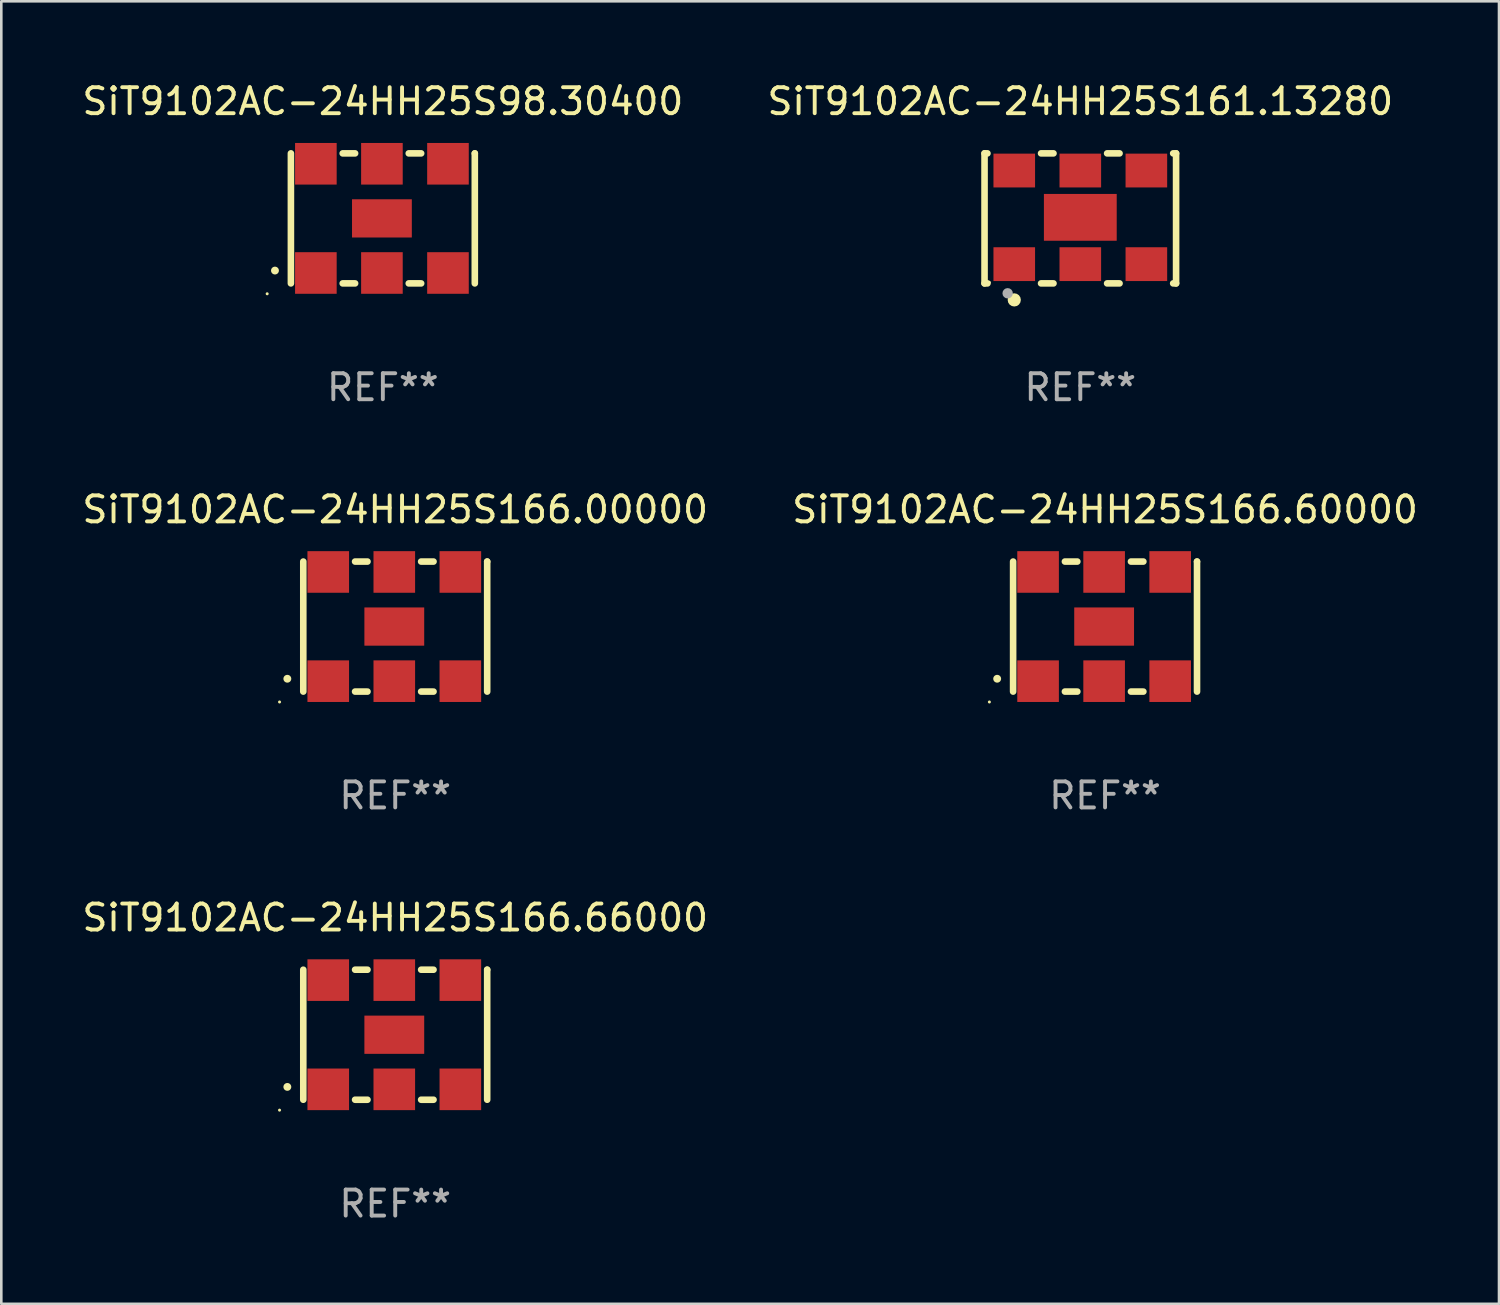
<source format=kicad_pcb>
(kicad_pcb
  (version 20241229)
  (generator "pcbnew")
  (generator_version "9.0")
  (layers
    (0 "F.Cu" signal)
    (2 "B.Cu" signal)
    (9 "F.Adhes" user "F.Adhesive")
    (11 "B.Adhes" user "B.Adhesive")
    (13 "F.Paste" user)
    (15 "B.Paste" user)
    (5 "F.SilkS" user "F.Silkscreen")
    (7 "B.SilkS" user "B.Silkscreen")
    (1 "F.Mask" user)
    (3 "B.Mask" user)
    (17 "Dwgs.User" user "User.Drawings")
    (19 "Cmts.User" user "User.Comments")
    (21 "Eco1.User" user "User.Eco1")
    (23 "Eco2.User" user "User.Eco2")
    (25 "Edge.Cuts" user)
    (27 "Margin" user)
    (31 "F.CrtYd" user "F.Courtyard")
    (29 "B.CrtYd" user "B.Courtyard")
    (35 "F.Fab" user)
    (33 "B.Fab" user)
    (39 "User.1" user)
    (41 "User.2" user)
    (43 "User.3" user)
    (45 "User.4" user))
  (footprint "SiT9102AC-24HH25S98.30400"
    (layer "F.Cu")
    (at 11.673 5.348)
    (property "Reference" "SiT9102AC-24HH25S98.30400" (at 0 -4.5 0) (layer "F.SilkS") (effects (font (size 1 1) (thickness 0.15))))
    (attr through_hole)
    (fp_line (start -3.536 -2.5) (end -3.536 2.5) (stroke (width 0.254) (type solid)) (layer "F.SilkS"))
    (fp_line (start -1.544 2.5) (end -1.067 2.5) (stroke (width 0.254) (type solid)) (layer "F.SilkS"))
    (fp_line (start -1.067 -2.5) (end -1.544 -2.5) (stroke (width 0.254) (type solid)) (layer "F.SilkS"))
    (fp_line (start 0.996 2.5) (end 1.473 2.5) (stroke (width 0.254) (type solid)) (layer "F.SilkS"))
    (fp_line (start 1.473 -2.5) (end 0.996 -2.5) (stroke (width 0.254) (type solid)) (layer "F.SilkS"))
    (fp_line (start 3.536 -2.5) (end 3.536 -2.5) (stroke (width 0.254) (type solid)) (layer "F.SilkS"))
    (fp_line (start 3.536 2.5) (end 3.536 -2.5) (stroke (width 0.254) (type solid)) (layer "F.SilkS"))
    (fp_arc (start -4.150432 2.006604) (mid -4.149162 2.006599) (end -4.147892 2.006604) (stroke (width 0.3) (type solid)) (layer "F.SilkS"))
    (fp_circle (center -4.449 2.9) (end -4.419 2.9) (stroke (width 0.06) (type solid)) (fill no) (layer "F.SilkS"))
    (fp_text user "REF**" (at 0 6.5 0) (layer "F.Fab") (effects (font (size 1 1) (thickness 0.15))))
    (pad "1" smd rect (at -2.576 2.1) (size 1.6 1.6) (layers "F.Cu" "F.Mask" "F.Paste"))
    (pad "2" smd rect (at -0.036 2.1) (size 1.6 1.6) (layers "F.Cu" "F.Mask" "F.Paste"))
    (pad "3" smd rect (at 2.504 2.1) (size 1.6 1.6) (layers "F.Cu" "F.Mask" "F.Paste"))
    (pad "4" smd rect (at 2.504 -2.1) (size 1.6 1.6) (layers "F.Cu" "F.Mask" "F.Paste"))
    (pad "5" smd rect (at -0.036 -2.1) (size 1.6 1.6) (layers "F.Cu" "F.Mask" "F.Paste"))
    (pad "6" smd rect (at -2.576 -2.1) (size 1.6 1.6) (layers "F.Cu" "F.Mask" "F.Paste"))
    (pad "7" smd rect (at -0.036 0) (size 2.3 1.47) (layers "F.Cu" "F.Mask" "F.Paste")))
  (footprint "SiT9102AC-24HH25S161.13280"
    (layer "F.Cu")
    (at 38.494 5.348)
    (property "Reference" "SiT9102AC-24HH25S161.13280" (at 0 -4.5 0) (layer "F.SilkS") (effects (font (size 1 1) (thickness 0.15))))
    (attr through_hole)
    (fp_line (start -3.683 -2.5) (end -3.571 -2.5) (stroke (width 0.254) (type solid)) (layer "F.SilkS"))
    (fp_line (start -3.683 2.5) (end -3.683 -2.5) (stroke (width 0.254) (type solid)) (layer "F.SilkS"))
    (fp_line (start -3.683 2.5) (end -3.571 2.5) (stroke (width 0.254) (type solid)) (layer "F.SilkS"))
    (fp_line (start -1.509 -2.5) (end -1.031 -2.5) (stroke (width 0.254) (type solid)) (layer "F.SilkS"))
    (fp_line (start -1.509 2.5) (end -1.031 2.5) (stroke (width 0.254) (type solid)) (layer "F.SilkS"))
    (fp_line (start 1.031 -2.5) (end 1.509 -2.5) (stroke (width 0.254) (type solid)) (layer "F.SilkS"))
    (fp_line (start 1.031 2.5) (end 1.509 2.5) (stroke (width 0.254) (type solid)) (layer "F.SilkS"))
    (fp_line (start 3.571 -2.5) (end 3.683 -2.5) (stroke (width 0.254) (type solid)) (layer "F.SilkS"))
    (fp_line (start 3.571 2.5) (end 3.683 2.5) (stroke (width 0.254) (type solid)) (layer "F.SilkS"))
    (fp_line (start 3.683 2.5) (end 3.683 -2.5) (stroke (width 0.254) (type solid)) (layer "F.SilkS"))
    (fp_circle (center -3.5 2.46) (end -3.47 2.46) (stroke (width 0.06) (type solid)) (fill no) (layer "F.SilkS"))
    (fp_circle (center -2.54 3.135) (end -2.413 3.135) (stroke (width 0.254) (type solid)) (fill no) (layer "F.SilkS"))
    (fp_circle (center -2.794 2.881) (end -2.694 2.881) (stroke (width 0.2) (type solid)) (fill no) (layer "F.Fab"))
    (fp_text user "REF**" (at 0 6.5 0) (layer "F.Fab") (effects (font (size 1 1) (thickness 0.15))))
    (pad "1" smd rect (at -2.54 1.76) (size 1.6 1.3) (layers "F.Cu" "F.Mask" "F.Paste"))
    (pad "2" smd rect (at 0 1.76) (size 1.6 1.3) (layers "F.Cu" "F.Mask" "F.Paste"))
    (pad "3" smd rect (at 2.54 1.76) (size 1.6 1.3) (layers "F.Cu" "F.Mask" "F.Paste"))
    (pad "4" smd rect (at 2.54 -1.84) (size 1.6 1.3) (layers "F.Cu" "F.Mask" "F.Paste"))
    (pad "5" smd rect (at 0 -1.84) (size 1.6 1.3) (layers "F.Cu" "F.Mask" "F.Paste"))
    (pad "6" smd rect (at -2.54 -1.84) (size 1.6 1.3) (layers "F.Cu" "F.Mask" "F.Paste"))
    (pad "7" smd rect (at 0 -0.04) (size 2.8 1.8) (layers "F.Cu" "F.Mask" "F.Paste")))
  (footprint "SiT9102AC-24HH25S166.66000"
    (layer "F.Cu")
    (at 12.149 36.741)
    (property "Reference" "SiT9102AC-24HH25S166.66000" (at 0 -4.5 0) (layer "F.SilkS") (effects (font (size 1 1) (thickness 0.15))))
    (attr through_hole)
    (fp_line (start -3.536 -2.5) (end -3.536 2.5) (stroke (width 0.254) (type solid)) (layer "F.SilkS"))
    (fp_line (start -1.544 2.5) (end -1.067 2.5) (stroke (width 0.254) (type solid)) (layer "F.SilkS"))
    (fp_line (start -1.067 -2.5) (end -1.544 -2.5) (stroke (width 0.254) (type solid)) (layer "F.SilkS"))
    (fp_line (start 0.996 2.5) (end 1.473 2.5) (stroke (width 0.254) (type solid)) (layer "F.SilkS"))
    (fp_line (start 1.473 -2.5) (end 0.996 -2.5) (stroke (width 0.254) (type solid)) (layer "F.SilkS"))
    (fp_line (start 3.536 -2.5) (end 3.536 -2.5) (stroke (width 0.254) (type solid)) (layer "F.SilkS"))
    (fp_line (start 3.536 2.5) (end 3.536 -2.5) (stroke (width 0.254) (type solid)) (layer "F.SilkS"))
    (fp_arc (start -4.150432 2.006604) (mid -4.149162 2.006599) (end -4.147892 2.006604) (stroke (width 0.3) (type solid)) (layer "F.SilkS"))
    (fp_circle (center -4.449 2.9) (end -4.419 2.9) (stroke (width 0.06) (type solid)) (fill no) (layer "F.SilkS"))
    (fp_text user "REF**" (at 0 6.5 0) (layer "F.Fab") (effects (font (size 1 1) (thickness 0.15))))
    (pad "1" smd rect (at -2.576 2.1) (size 1.6 1.6) (layers "F.Cu" "F.Mask" "F.Paste"))
    (pad "2" smd rect (at -0.036 2.1) (size 1.6 1.6) (layers "F.Cu" "F.Mask" "F.Paste"))
    (pad "3" smd rect (at 2.504 2.1) (size 1.6 1.6) (layers "F.Cu" "F.Mask" "F.Paste"))
    (pad "4" smd rect (at 2.504 -2.1) (size 1.6 1.6) (layers "F.Cu" "F.Mask" "F.Paste"))
    (pad "5" smd rect (at -0.036 -2.1) (size 1.6 1.6) (layers "F.Cu" "F.Mask" "F.Paste"))
    (pad "6" smd rect (at -2.576 -2.1) (size 1.6 1.6) (layers "F.Cu" "F.Mask" "F.Paste"))
    (pad "7" smd rect (at -0.036 0) (size 2.3 1.47) (layers "F.Cu" "F.Mask" "F.Paste")))
  (footprint "SiT9102AC-24HH25S166.60000"
    (layer "F.Cu")
    (at 39.446 21.045)
    (property "Reference" "SiT9102AC-24HH25S166.60000" (at 0 -4.5 0) (layer "F.SilkS") (effects (font (size 1 1) (thickness 0.15))))
    (attr through_hole)
    (fp_line (start -3.536 -2.5) (end -3.536 2.5) (stroke (width 0.254) (type solid)) (layer "F.SilkS"))
    (fp_line (start -1.544 2.5) (end -1.067 2.5) (stroke (width 0.254) (type solid)) (layer "F.SilkS"))
    (fp_line (start -1.067 -2.5) (end -1.544 -2.5) (stroke (width 0.254) (type solid)) (layer "F.SilkS"))
    (fp_line (start 0.996 2.5) (end 1.473 2.5) (stroke (width 0.254) (type solid)) (layer "F.SilkS"))
    (fp_line (start 1.473 -2.5) (end 0.996 -2.5) (stroke (width 0.254) (type solid)) (layer "F.SilkS"))
    (fp_line (start 3.536 -2.5) (end 3.536 -2.5) (stroke (width 0.254) (type solid)) (layer "F.SilkS"))
    (fp_line (start 3.536 2.5) (end 3.536 -2.5) (stroke (width 0.254) (type solid)) (layer "F.SilkS"))
    (fp_arc (start -4.150432 2.006604) (mid -4.149162 2.006599) (end -4.147892 2.006604) (stroke (width 0.3) (type solid)) (layer "F.SilkS"))
    (fp_circle (center -4.449 2.9) (end -4.419 2.9) (stroke (width 0.06) (type solid)) (fill no) (layer "F.SilkS"))
    (fp_text user "REF**" (at 0 6.5 0) (layer "F.Fab") (effects (font (size 1 1) (thickness 0.15))))
    (pad "1" smd rect (at -2.576 2.1) (size 1.6 1.6) (layers "F.Cu" "F.Mask" "F.Paste"))
    (pad "2" smd rect (at -0.036 2.1) (size 1.6 1.6) (layers "F.Cu" "F.Mask" "F.Paste"))
    (pad "3" smd rect (at 2.504 2.1) (size 1.6 1.6) (layers "F.Cu" "F.Mask" "F.Paste"))
    (pad "4" smd rect (at 2.504 -2.1) (size 1.6 1.6) (layers "F.Cu" "F.Mask" "F.Paste"))
    (pad "5" smd rect (at -0.036 -2.1) (size 1.6 1.6) (layers "F.Cu" "F.Mask" "F.Paste"))
    (pad "6" smd rect (at -2.576 -2.1) (size 1.6 1.6) (layers "F.Cu" "F.Mask" "F.Paste"))
    (pad "7" smd rect (at -0.036 0) (size 2.3 1.47) (layers "F.Cu" "F.Mask" "F.Paste")))
  (footprint "SiT9102AC-24HH25S166.00000"
    (layer "F.Cu")
    (at 12.149 21.045)
    (property "Reference" "SiT9102AC-24HH25S166.00000" (at 0 -4.5 0) (layer "F.SilkS") (effects (font (size 1 1) (thickness 0.15))))
    (attr through_hole)
    (fp_line (start -3.536 -2.5) (end -3.536 2.5) (stroke (width 0.254) (type solid)) (layer "F.SilkS"))
    (fp_line (start -1.544 2.5) (end -1.067 2.5) (stroke (width 0.254) (type solid)) (layer "F.SilkS"))
    (fp_line (start -1.067 -2.5) (end -1.544 -2.5) (stroke (width 0.254) (type solid)) (layer "F.SilkS"))
    (fp_line (start 0.996 2.5) (end 1.473 2.5) (stroke (width 0.254) (type solid)) (layer "F.SilkS"))
    (fp_line (start 1.473 -2.5) (end 0.996 -2.5) (stroke (width 0.254) (type solid)) (layer "F.SilkS"))
    (fp_line (start 3.536 -2.5) (end 3.536 -2.5) (stroke (width 0.254) (type solid)) (layer "F.SilkS"))
    (fp_line (start 3.536 2.5) (end 3.536 -2.5) (stroke (width 0.254) (type solid)) (layer "F.SilkS"))
    (fp_arc (start -4.150432 2.006604) (mid -4.149162 2.006599) (end -4.147892 2.006604) (stroke (width 0.3) (type solid)) (layer "F.SilkS"))
    (fp_circle (center -4.449 2.9) (end -4.419 2.9) (stroke (width 0.06) (type solid)) (fill no) (layer "F.SilkS"))
    (fp_text user "REF**" (at 0 6.5 0) (layer "F.Fab") (effects (font (size 1 1) (thickness 0.15))))
    (pad "1" smd rect (at -2.576 2.1) (size 1.6 1.6) (layers "F.Cu" "F.Mask" "F.Paste"))
    (pad "2" smd rect (at -0.036 2.1) (size 1.6 1.6) (layers "F.Cu" "F.Mask" "F.Paste"))
    (pad "3" smd rect (at 2.504 2.1) (size 1.6 1.6) (layers "F.Cu" "F.Mask" "F.Paste"))
    (pad "4" smd rect (at 2.504 -2.1) (size 1.6 1.6) (layers "F.Cu" "F.Mask" "F.Paste"))
    (pad "5" smd rect (at -0.036 -2.1) (size 1.6 1.6) (layers "F.Cu" "F.Mask" "F.Paste"))
    (pad "6" smd rect (at -2.576 -2.1) (size 1.6 1.6) (layers "F.Cu" "F.Mask" "F.Paste"))
    (pad "7" smd rect (at -0.036 0) (size 2.3 1.47) (layers "F.Cu" "F.Mask" "F.Paste")))
  (gr_rect
    (start -3 -3)
    (end 54.595 47.09)
    (stroke (width 0.1) (type default))
    (fill no)
    (layer "Edge.Cuts")))
</source>
